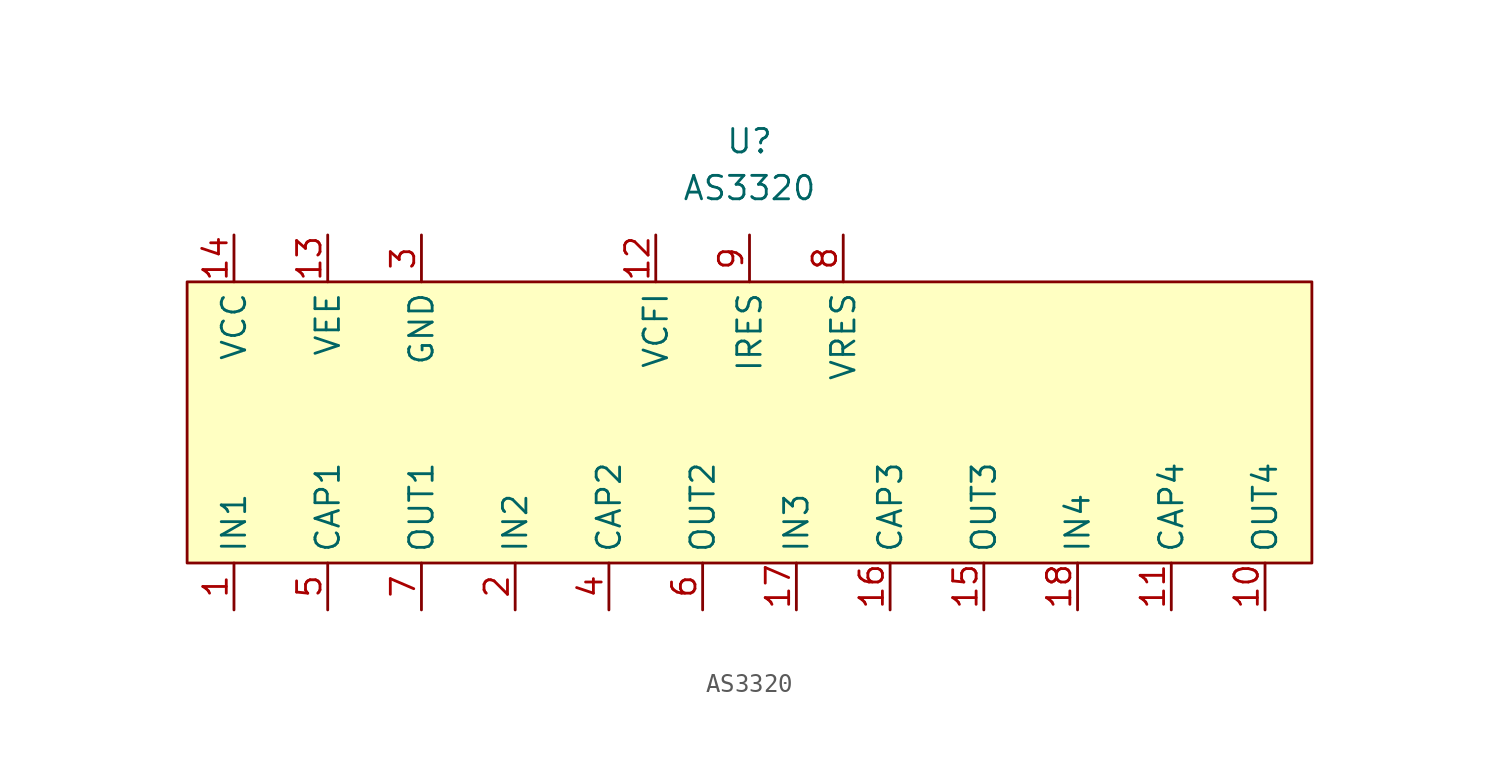
<source format=kicad_sym>
(kicad_symbol_lib
  (version 20211014)
  (generator kicad_symbol_editor)
  (symbol "AS3320"
    (property "Reference" "U"
      (at 0 15.24 0)
      (effects (font (size 1.27 1.27))))
    (property "Value" "AS3320"
      (at 0 12.7 0)
      (effects (font (size 1.27 1.27))))
    (symbol "AS3320_0_1"
      (rectangle (start -30.48 7.62) (end 30.48 -7.62) (stroke (width 0.152) (type default) (color 0 0 0 0)) (fill (type background))))
    (symbol "AS3320_1_1"
      (pin input line (at -27.94 -10.16 90) (length 2.54) (name "IN1" (effects (font (size 1.27 1.27)))) (number "1" (effects (font (size 1.27 1.27)))))
      (pin output line (at 27.94 -10.16 90) (length 2.54) (name "OUT4" (effects (font (size 1.27 1.27)))) (number "10" (effects (font (size 1.27 1.27)))))
      (pin input line (at 22.86 -10.16 90) (length 2.54) (name "CAP4" (effects (font (size 1.27 1.27)))) (number "11" (effects (font (size 1.27 1.27)))))
      (pin input line (at -5.08 10.16 270) (length 2.54) (name "VCFI" (effects (font (size 1.27 1.27)))) (number "12" (effects (font (size 1.27 1.27)))))
      (pin passive line (at -22.86 10.16 270) (length 2.54) (name "VEE" (effects (font (size 1.27 1.27)))) (number "13" (effects (font (size 1.27 1.27)))))
      (pin power_in line (at -27.94 10.16 270) (length 2.54) (name "VCC" (effects (font (size 1.27 1.27)))) (number "14" (effects (font (size 1.27 1.27)))))
      (pin output line (at 12.7 -10.16 90) (length 2.54) (name "OUT3" (effects (font (size 1.27 1.27)))) (number "15" (effects (font (size 1.27 1.27)))))
      (pin input line (at 7.62 -10.16 90) (length 2.54) (name "CAP3" (effects (font (size 1.27 1.27)))) (number "16" (effects (font (size 1.27 1.27)))))
      (pin input line (at 2.54 -10.16 90) (length 2.54) (name "IN3" (effects (font (size 1.27 1.27)))) (number "17" (effects (font (size 1.27 1.27)))))
      (pin input line (at 17.78 -10.16 90) (length 2.54) (name "IN4" (effects (font (size 1.27 1.27)))) (number "18" (effects (font (size 1.27 1.27)))))
      (pin input line (at -12.7 -10.16 90) (length 2.54) (name "IN2" (effects (font (size 1.27 1.27)))) (number "2" (effects (font (size 1.27 1.27)))))
      (pin input line (at -17.78 10.16 270) (length 2.54) (name "GND" (effects (font (size 1.27 1.27)))) (number "3" (effects (font (size 1.27 1.27)))))
      (pin input line (at -7.62 -10.16 90) (length 2.54) (name "CAP2" (effects (font (size 1.27 1.27)))) (number "4" (effects (font (size 1.27 1.27)))))
      (pin input line (at -22.86 -10.16 90) (length 2.54) (name "CAP1" (effects (font (size 1.27 1.27)))) (number "5" (effects (font (size 1.27 1.27)))))
      (pin output line (at -2.54 -10.16 90) (length 2.54) (name "OUT2" (effects (font (size 1.27 1.27)))) (number "6" (effects (font (size 1.27 1.27)))))
      (pin output line (at -17.78 -10.16 90) (length 2.54) (name "OUT1" (effects (font (size 1.27 1.27)))) (number "7" (effects (font (size 1.27 1.27)))))
      (pin input line (at 5.08 10.16 270) (length 2.54) (name "VRES" (effects (font (size 1.27 1.27)))) (number "8" (effects (font (size 1.27 1.27)))))
      (pin input line (at 0 10.16 270) (length 2.54) (name "IRES" (effects (font (size 1.27 1.27)))) (number "9" (effects (font (size 1.27 1.27))))))))
</source>
